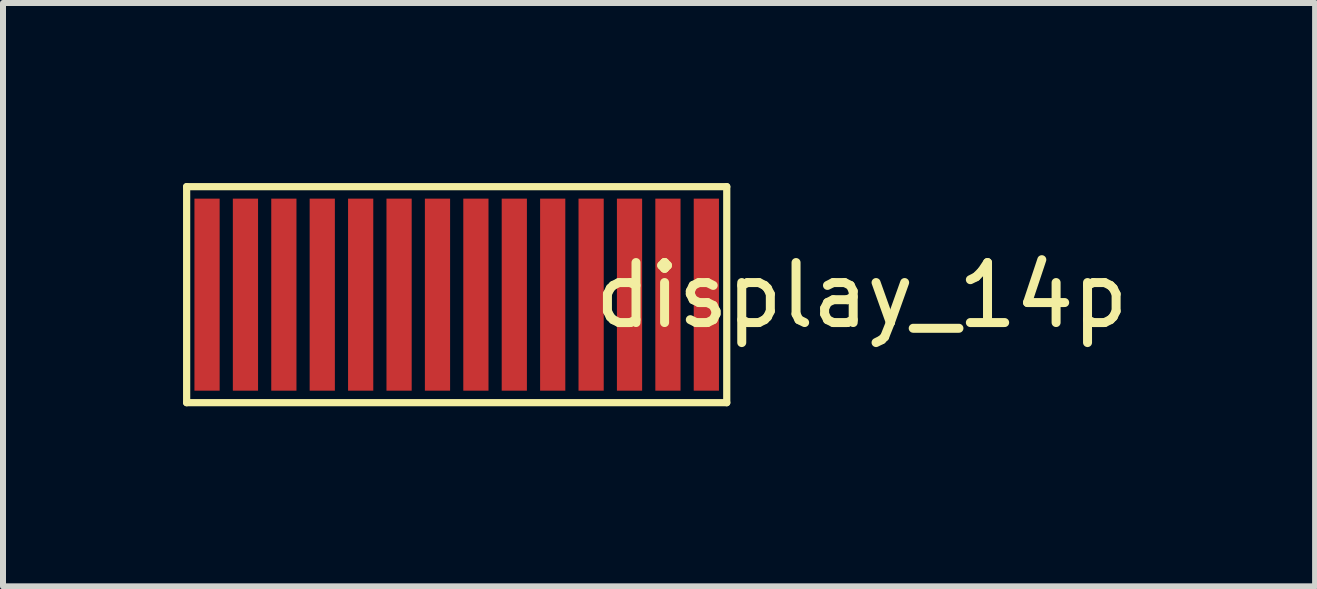
<source format=kicad_pcb>
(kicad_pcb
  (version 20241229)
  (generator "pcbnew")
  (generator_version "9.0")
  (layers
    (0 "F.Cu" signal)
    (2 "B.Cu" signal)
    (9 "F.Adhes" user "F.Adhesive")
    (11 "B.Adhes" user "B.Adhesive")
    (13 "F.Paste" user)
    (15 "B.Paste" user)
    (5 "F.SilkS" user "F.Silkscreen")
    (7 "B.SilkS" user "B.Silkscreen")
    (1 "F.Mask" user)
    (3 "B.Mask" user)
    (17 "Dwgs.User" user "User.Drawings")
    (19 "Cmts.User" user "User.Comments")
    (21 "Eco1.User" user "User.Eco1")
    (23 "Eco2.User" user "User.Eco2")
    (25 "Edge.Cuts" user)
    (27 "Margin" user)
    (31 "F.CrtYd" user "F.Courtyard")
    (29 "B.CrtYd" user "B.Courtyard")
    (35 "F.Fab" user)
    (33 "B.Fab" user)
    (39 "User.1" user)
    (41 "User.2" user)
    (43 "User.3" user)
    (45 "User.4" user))
  (footprint "display_14p"
    (layer "F.Cu")
    (at 4.56 1.86)
    (property "Reference" "display_14p" (at 6.75 0.01 0) (layer "F.SilkS") (effects (font (size 1 1) (thickness 0.15))))
    (attr through_hole)
    (fp_line (start -4.5 -1.8) (end -4.5 1.8) (stroke (width 0.12) (type solid)) (layer "F.SilkS"))
    (fp_line (start -4.5 1.8) (end 4.5 1.8) (stroke (width 0.12) (type solid)) (layer "F.SilkS"))
    (fp_line (start 4.5 -1.8) (end -4.5 -1.8) (stroke (width 0.12) (type solid)) (layer "F.SilkS"))
    (fp_line (start 4.5 1.8) (end 4.5 -1.8) (stroke (width 0.12) (type solid)) (layer "F.SilkS"))
    (pad "1" smd rect (at 4.16 0) (size 0.42 3.2) (layers "F.Cu" "F.Mask" "F.Paste"))
    (pad "2" smd rect (at 3.52 0) (size 0.42 3.2) (layers "F.Cu" "F.Mask" "F.Paste"))
    (pad "3" smd rect (at 2.88 0) (size 0.42 3.2) (layers "F.Cu" "F.Mask" "F.Paste"))
    (pad "4" smd rect (at 2.24 0) (size 0.42 3.2) (layers "F.Cu" "F.Mask" "F.Paste"))
    (pad "5" smd rect (at 1.6 0) (size 0.42 3.2) (layers "F.Cu" "F.Mask" "F.Paste"))
    (pad "6" smd rect (at 0.96 0) (size 0.42 3.2) (layers "F.Cu" "F.Mask" "F.Paste"))
    (pad "7" smd rect (at 0.32 0) (size 0.42 3.2) (layers "F.Cu" "F.Mask" "F.Paste"))
    (pad "8" smd rect (at -0.32 0) (size 0.42 3.2) (layers "F.Cu" "F.Mask" "F.Paste"))
    (pad "9" smd rect (at -0.96 0) (size 0.42 3.2) (layers "F.Cu" "F.Mask" "F.Paste"))
    (pad "10" smd rect (at -1.6 0) (size 0.42 3.2) (layers "F.Cu" "F.Mask" "F.Paste"))
    (pad "11" smd rect (at -2.24 0) (size 0.42 3.2) (layers "F.Cu" "F.Mask" "F.Paste"))
    (pad "12" smd rect (at -2.88 0) (size 0.42 3.2) (layers "F.Cu" "F.Mask" "F.Paste"))
    (pad "13" smd rect (at -3.52 0) (size 0.42 3.2) (layers "F.Cu" "F.Mask" "F.Paste"))
    (pad "14" smd rect (at -4.16 0) (size 0.42 3.2) (layers "F.Cu" "F.Mask" "F.Paste")))
  (gr_rect
    (start -3 -3)
    (end 18.864 6.72)
    (stroke (width 0.1) (type default))
    (fill no)
    (layer "Edge.Cuts")))
</source>
